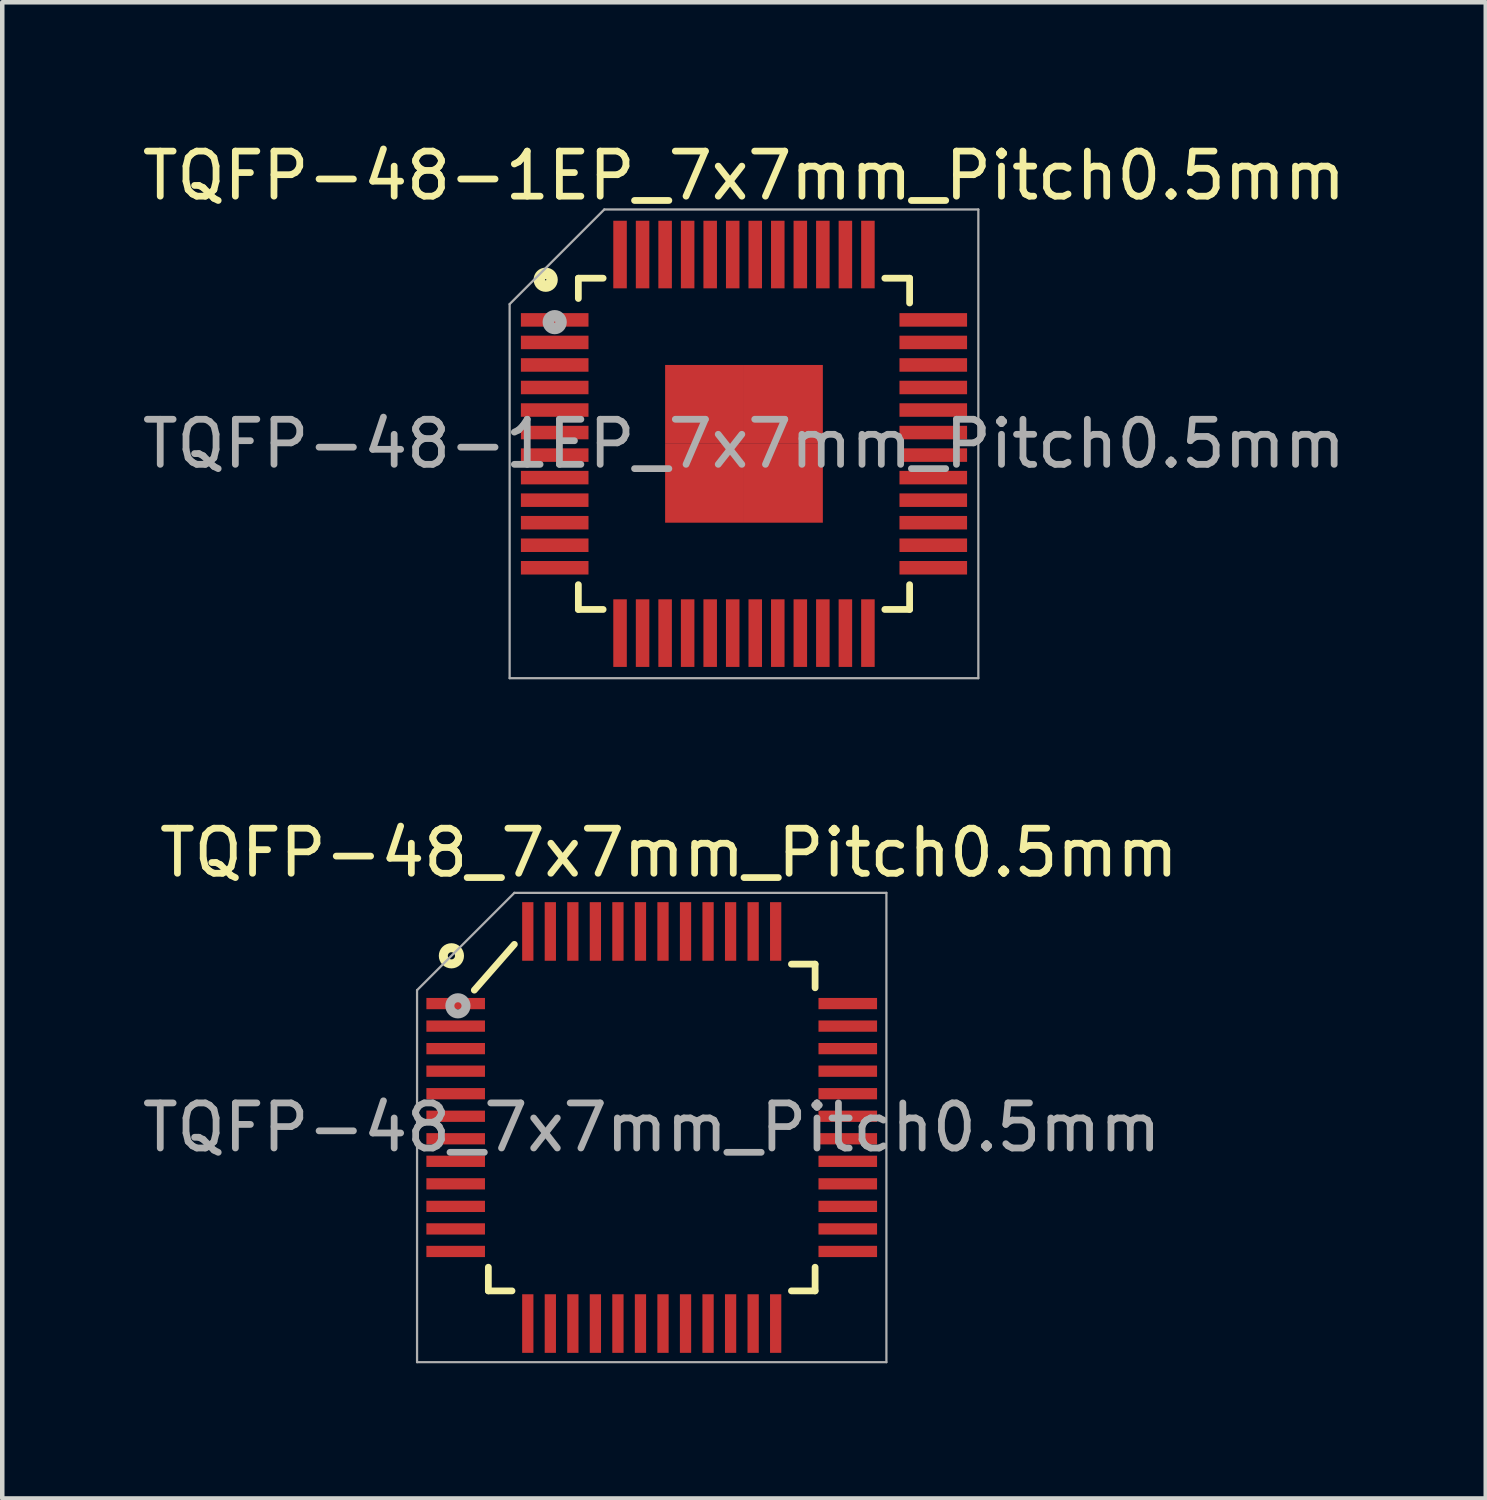
<source format=kicad_pcb>
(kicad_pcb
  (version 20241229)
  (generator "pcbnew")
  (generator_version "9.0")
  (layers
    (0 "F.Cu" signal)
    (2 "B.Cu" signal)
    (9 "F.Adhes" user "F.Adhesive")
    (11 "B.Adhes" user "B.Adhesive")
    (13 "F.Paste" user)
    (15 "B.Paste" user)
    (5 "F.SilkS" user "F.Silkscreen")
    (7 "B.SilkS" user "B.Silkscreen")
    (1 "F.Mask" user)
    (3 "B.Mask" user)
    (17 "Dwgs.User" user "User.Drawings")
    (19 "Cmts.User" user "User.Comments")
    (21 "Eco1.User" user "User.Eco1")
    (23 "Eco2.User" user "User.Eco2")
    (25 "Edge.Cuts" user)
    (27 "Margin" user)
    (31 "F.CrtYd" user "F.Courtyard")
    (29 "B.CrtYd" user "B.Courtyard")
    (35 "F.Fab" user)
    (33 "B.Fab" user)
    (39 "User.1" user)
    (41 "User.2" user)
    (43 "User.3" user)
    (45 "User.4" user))
  (footprint "TQFP-48-1EP_7x7mm_Pitch0.5mm"
    (layer "F.Cu")
    (at 13.458 6.798)
    (property "Reference" "TQFP-48-1EP_7x7mm_Pitch0.5mm" (at 0 -5.95 0) (layer "F.SilkS") (effects (font (size 1 1) (thickness 0.15))))
    (attr smd)
    (fp_line (start -3.675 -3.675) (end -3.675 -3.225) (stroke (width 0.15) (type solid)) (layer "F.SilkS"))
    (fp_line (start -3.675 -3.675) (end -3.125 -3.675) (stroke (width 0.15) (type solid)) (layer "F.SilkS"))
    (fp_line (start -3.675 3.675) (end -3.675 3.125) (stroke (width 0.15) (type solid)) (layer "F.SilkS"))
    (fp_line (start -3.675 3.675) (end -3.125 3.675) (stroke (width 0.15) (type solid)) (layer "F.SilkS"))
    (fp_line (start 3.675 -3.675) (end 3.125 -3.675) (stroke (width 0.15) (type solid)) (layer "F.SilkS"))
    (fp_line (start 3.675 -3.675) (end 3.675 -3.125) (stroke (width 0.15) (type solid)) (layer "F.SilkS"))
    (fp_line (start 3.675 3.675) (end 3.125 3.675) (stroke (width 0.15) (type solid)) (layer "F.SilkS"))
    (fp_line (start 3.675 3.675) (end 3.675 3.125) (stroke (width 0.15) (type solid)) (layer "F.SilkS"))
    (fp_circle (center -4.4 -3.641) (end -4.3 -3.541) (stroke (width 0.254) (type solid)) (fill no) (layer "F.SilkS"))
    (fp_line (start -5.2 -3.1) (end -5.2 5.2) (stroke (width 0.05) (type solid)) (layer "F.Fab"))
    (fp_line (start -5.2 5.2) (end 5.2 5.2) (stroke (width 0.05) (type solid)) (layer "F.Fab"))
    (fp_line (start -3.1 -5.2) (end -5.2 -3.1) (stroke (width 0.05) (type solid)) (layer "F.Fab"))
    (fp_line (start -3.1 -5.2) (end 5.2 -5.2) (stroke (width 0.05) (type solid)) (layer "F.Fab"))
    (fp_line (start 5.2 -5.2) (end 5.2 5.2) (stroke (width 0.05) (type solid)) (layer "F.Fab"))
    (fp_circle (center -4.2 -2.7) (end -4.1 -2.6) (stroke (width 0.254) (type solid)) (fill no) (layer "F.Fab"))
    (fp_text user "${REFERENCE}" (at 0 0 0) (layer "F.Fab") (effects (font (size 1 1) (thickness 0.15))))
    (pad "1" smd rect (at -4.2 -2.75) (size 1.5 0.3) (layers "F.Cu" "F.Mask" "F.Paste"))
    (pad "2" smd rect (at -4.2 -2.25) (size 1.5 0.3) (layers "F.Cu" "F.Mask" "F.Paste"))
    (pad "3" smd rect (at -4.2 -1.75) (size 1.5 0.3) (layers "F.Cu" "F.Mask" "F.Paste"))
    (pad "4" smd rect (at -4.2 -1.25) (size 1.5 0.3) (layers "F.Cu" "F.Mask" "F.Paste"))
    (pad "5" smd rect (at -4.2 -0.75) (size 1.5 0.3) (layers "F.Cu" "F.Mask" "F.Paste"))
    (pad "6" smd rect (at -4.2 -0.25) (size 1.5 0.3) (layers "F.Cu" "F.Mask" "F.Paste"))
    (pad "7" smd rect (at -4.2 0.25) (size 1.5 0.3) (layers "F.Cu" "F.Mask" "F.Paste"))
    (pad "8" smd rect (at -4.2 0.75) (size 1.5 0.3) (layers "F.Cu" "F.Mask" "F.Paste"))
    (pad "9" smd rect (at -4.2 1.25) (size 1.5 0.3) (layers "F.Cu" "F.Mask" "F.Paste"))
    (pad "10" smd rect (at -4.2 1.75) (size 1.5 0.3) (layers "F.Cu" "F.Mask" "F.Paste"))
    (pad "11" smd rect (at -4.2 2.25) (size 1.5 0.3) (layers "F.Cu" "F.Mask" "F.Paste"))
    (pad "12" smd rect (at -4.2 2.75) (size 1.5 0.3) (layers "F.Cu" "F.Mask" "F.Paste"))
    (pad "13" smd rect (at -2.75 4.2 90) (size 1.5 0.3) (layers "F.Cu" "F.Mask" "F.Paste"))
    (pad "14" smd rect (at -2.25 4.2 90) (size 1.5 0.3) (layers "F.Cu" "F.Mask" "F.Paste"))
    (pad "15" smd rect (at -1.75 4.2 90) (size 1.5 0.3) (layers "F.Cu" "F.Mask" "F.Paste"))
    (pad "16" smd rect (at -1.25 4.2 90) (size 1.5 0.3) (layers "F.Cu" "F.Mask" "F.Paste"))
    (pad "17" smd rect (at -0.75 4.2 90) (size 1.5 0.3) (layers "F.Cu" "F.Mask" "F.Paste"))
    (pad "18" smd rect (at -0.25 4.2 90) (size 1.5 0.3) (layers "F.Cu" "F.Mask" "F.Paste"))
    (pad "19" smd rect (at 0.25 4.2 90) (size 1.5 0.3) (layers "F.Cu" "F.Mask" "F.Paste"))
    (pad "20" smd rect (at 0.75 4.2 90) (size 1.5 0.3) (layers "F.Cu" "F.Mask" "F.Paste"))
    (pad "21" smd rect (at 1.25 4.2 90) (size 1.5 0.3) (layers "F.Cu" "F.Mask" "F.Paste"))
    (pad "22" smd rect (at 1.75 4.2 90) (size 1.5 0.3) (layers "F.Cu" "F.Mask" "F.Paste"))
    (pad "23" smd rect (at 2.25 4.2 90) (size 1.5 0.3) (layers "F.Cu" "F.Mask" "F.Paste"))
    (pad "24" smd rect (at 2.75 4.2 90) (size 1.5 0.3) (layers "F.Cu" "F.Mask" "F.Paste"))
    (pad "25" smd rect (at 4.2 2.75) (size 1.5 0.3) (layers "F.Cu" "F.Mask" "F.Paste"))
    (pad "26" smd rect (at 4.2 2.25) (size 1.5 0.3) (layers "F.Cu" "F.Mask" "F.Paste"))
    (pad "27" smd rect (at 4.2 1.75) (size 1.5 0.3) (layers "F.Cu" "F.Mask" "F.Paste"))
    (pad "28" smd rect (at 4.2 1.25) (size 1.5 0.3) (layers "F.Cu" "F.Mask" "F.Paste"))
    (pad "29" smd rect (at 4.2 0.75) (size 1.5 0.3) (layers "F.Cu" "F.Mask" "F.Paste"))
    (pad "30" smd rect (at 4.2 0.25) (size 1.5 0.3) (layers "F.Cu" "F.Mask" "F.Paste"))
    (pad "31" smd rect (at 4.2 -0.25) (size 1.5 0.3) (layers "F.Cu" "F.Mask" "F.Paste"))
    (pad "32" smd rect (at 4.2 -0.75) (size 1.5 0.3) (layers "F.Cu" "F.Mask" "F.Paste"))
    (pad "33" smd rect (at 4.2 -1.25) (size 1.5 0.3) (layers "F.Cu" "F.Mask" "F.Paste"))
    (pad "34" smd rect (at 4.2 -1.75) (size 1.5 0.3) (layers "F.Cu" "F.Mask" "F.Paste"))
    (pad "35" smd rect (at 4.2 -2.25) (size 1.5 0.3) (layers "F.Cu" "F.Mask" "F.Paste"))
    (pad "36" smd rect (at 4.2 -2.75) (size 1.5 0.3) (layers "F.Cu" "F.Mask" "F.Paste"))
    (pad "37" smd rect (at 2.75 -4.2 90) (size 1.5 0.3) (layers "F.Cu" "F.Mask" "F.Paste"))
    (pad "38" smd rect (at 2.25 -4.2 90) (size 1.5 0.3) (layers "F.Cu" "F.Mask" "F.Paste"))
    (pad "39" smd rect (at 1.75 -4.2 90) (size 1.5 0.3) (layers "F.Cu" "F.Mask" "F.Paste"))
    (pad "40" smd rect (at 1.25 -4.2 90) (size 1.5 0.3) (layers "F.Cu" "F.Mask" "F.Paste"))
    (pad "41" smd rect (at 0.75 -4.2 90) (size 1.5 0.3) (layers "F.Cu" "F.Mask" "F.Paste"))
    (pad "42" smd rect (at 0.25 -4.2 90) (size 1.5 0.3) (layers "F.Cu" "F.Mask" "F.Paste"))
    (pad "43" smd rect (at -0.25 -4.2 90) (size 1.5 0.3) (layers "F.Cu" "F.Mask" "F.Paste"))
    (pad "44" smd rect (at -0.75 -4.2 90) (size 1.5 0.3) (layers "F.Cu" "F.Mask" "F.Paste"))
    (pad "45" smd rect (at -1.25 -4.2 90) (size 1.5 0.3) (layers "F.Cu" "F.Mask" "F.Paste"))
    (pad "46" smd rect (at -1.75 -4.2 90) (size 1.5 0.3) (layers "F.Cu" "F.Mask" "F.Paste"))
    (pad "47" smd rect (at -2.25 -4.2 90) (size 1.5 0.3) (layers "F.Cu" "F.Mask" "F.Paste"))
    (pad "48" smd rect (at -2.75 -4.2 90) (size 1.5 0.3) (layers "F.Cu" "F.Mask" "F.Paste"))
    (pad "49" smd rect (at -0.875 -0.875) (size 1.75 1.75) (layers "F.Cu" "F.Mask" "F.Paste"))
    (pad "49" smd rect (at -0.875 0.875) (size 1.75 1.75) (layers "F.Cu" "F.Mask" "F.Paste"))
    (pad "49" smd rect (at 0.875 -0.875) (size 1.75 1.75) (layers "F.Cu" "F.Mask" "F.Paste"))
    (pad "49" smd rect (at 0.875 0.875) (size 1.75 1.75) (layers "F.Cu" "F.Mask" "F.Paste")))
  (footprint "TQFP-48_7x7mm_Pitch0.5mm"
    (layer "F.Cu")
    (at 11.411 21.968)
    (property "Reference" "TQFP-48_7x7mm_Pitch0.5mm" (at 0 0 0) (layer "F.Fab") (effects (font (size 1 1) (thickness 0.15))))
    (attr smd)
    (fp_line (start -3.937 -3.048) (end -3.048 -4.064) (stroke (width 0.15) (type solid)) (layer "F.SilkS"))
    (fp_line (start -3.625 3.625) (end -3.625 3.1) (stroke (width 0.15) (type solid)) (layer "F.SilkS"))
    (fp_line (start -3.625 3.625) (end -3.1 3.625) (stroke (width 0.15) (type solid)) (layer "F.SilkS"))
    (fp_line (start 3.625 -3.625) (end 3.1 -3.625) (stroke (width 0.15) (type solid)) (layer "F.SilkS"))
    (fp_line (start 3.625 -3.625) (end 3.625 -3.1) (stroke (width 0.15) (type solid)) (layer "F.SilkS"))
    (fp_line (start 3.625 3.625) (end 3.1 3.625) (stroke (width 0.15) (type solid)) (layer "F.SilkS"))
    (fp_line (start 3.625 3.625) (end 3.625 3.1) (stroke (width 0.15) (type solid)) (layer "F.SilkS"))
    (fp_circle (center -4.445 -3.81) (end -4.318 -3.683) (stroke (width 0.2) (type solid)) (fill no) (layer "F.SilkS"))
    (fp_line (start -5.207 -3.048) (end -5.207 5.207) (stroke (width 0.05) (type solid)) (layer "F.Fab"))
    (fp_line (start -3.048 -5.207) (end -5.207 -3.048) (stroke (width 0.05) (type solid)) (layer "F.Fab"))
    (fp_line (start 5.207 -5.207) (end -3.048 -5.207) (stroke (width 0.05) (type solid)) (layer "F.Fab"))
    (fp_line (start 5.207 5.207) (end -5.207 5.207) (stroke (width 0.048) (type solid)) (layer "F.Fab"))
    (fp_line (start 5.207 5.207) (end 5.207 -5.207) (stroke (width 0.05) (type solid)) (layer "F.Fab"))
    (fp_circle (center -4.3 -2.7) (end -4.173 -2.573) (stroke (width 0.2) (type solid)) (fill no) (layer "F.Fab"))
    (fp_text user "${REFERENCE}" (at 0.381 -6.096 0) (layer "F.SilkS") (effects (font (size 1 1) (thickness 0.15))))
    (pad "1" smd rect (at -4.35 -2.75) (size 1.3 0.25) (layers "F.Cu" "F.Mask" "F.Paste"))
    (pad "2" smd rect (at -4.35 -2.25) (size 1.3 0.25) (layers "F.Cu" "F.Mask" "F.Paste"))
    (pad "3" smd rect (at -4.35 -1.75) (size 1.3 0.25) (layers "F.Cu" "F.Mask" "F.Paste"))
    (pad "4" smd rect (at -4.35 -1.25) (size 1.3 0.25) (layers "F.Cu" "F.Mask" "F.Paste"))
    (pad "5" smd rect (at -4.35 -0.75) (size 1.3 0.25) (layers "F.Cu" "F.Mask" "F.Paste"))
    (pad "6" smd rect (at -4.35 -0.25) (size 1.3 0.25) (layers "F.Cu" "F.Mask" "F.Paste"))
    (pad "7" smd rect (at -4.35 0.25) (size 1.3 0.25) (layers "F.Cu" "F.Mask" "F.Paste"))
    (pad "8" smd rect (at -4.35 0.75) (size 1.3 0.25) (layers "F.Cu" "F.Mask" "F.Paste"))
    (pad "9" smd rect (at -4.35 1.25) (size 1.3 0.25) (layers "F.Cu" "F.Mask" "F.Paste"))
    (pad "10" smd rect (at -4.35 1.75) (size 1.3 0.25) (layers "F.Cu" "F.Mask" "F.Paste"))
    (pad "11" smd rect (at -4.35 2.25) (size 1.3 0.25) (layers "F.Cu" "F.Mask" "F.Paste"))
    (pad "12" smd rect (at -4.35 2.75) (size 1.3 0.25) (layers "F.Cu" "F.Mask" "F.Paste"))
    (pad "13" smd rect (at -2.75 4.35 90) (size 1.3 0.25) (layers "F.Cu" "F.Mask" "F.Paste"))
    (pad "14" smd rect (at -2.25 4.35 90) (size 1.3 0.25) (layers "F.Cu" "F.Mask" "F.Paste"))
    (pad "15" smd rect (at -1.75 4.35 90) (size 1.3 0.25) (layers "F.Cu" "F.Mask" "F.Paste"))
    (pad "16" smd rect (at -1.25 4.35 90) (size 1.3 0.25) (layers "F.Cu" "F.Mask" "F.Paste"))
    (pad "17" smd rect (at -0.75 4.35 90) (size 1.3 0.25) (layers "F.Cu" "F.Mask" "F.Paste"))
    (pad "18" smd rect (at -0.25 4.35 90) (size 1.3 0.25) (layers "F.Cu" "F.Mask" "F.Paste"))
    (pad "19" smd rect (at 0.25 4.35 90) (size 1.3 0.25) (layers "F.Cu" "F.Mask" "F.Paste"))
    (pad "20" smd rect (at 0.75 4.35 90) (size 1.3 0.25) (layers "F.Cu" "F.Mask" "F.Paste"))
    (pad "21" smd rect (at 1.25 4.35 90) (size 1.3 0.25) (layers "F.Cu" "F.Mask" "F.Paste"))
    (pad "22" smd rect (at 1.75 4.35 90) (size 1.3 0.25) (layers "F.Cu" "F.Mask" "F.Paste"))
    (pad "23" smd rect (at 2.25 4.35 90) (size 1.3 0.25) (layers "F.Cu" "F.Mask" "F.Paste"))
    (pad "24" smd rect (at 2.75 4.35 90) (size 1.3 0.25) (layers "F.Cu" "F.Mask" "F.Paste"))
    (pad "25" smd rect (at 4.35 2.75) (size 1.3 0.25) (layers "F.Cu" "F.Mask" "F.Paste"))
    (pad "26" smd rect (at 4.35 2.25) (size 1.3 0.25) (layers "F.Cu" "F.Mask" "F.Paste"))
    (pad "27" smd rect (at 4.35 1.75) (size 1.3 0.25) (layers "F.Cu" "F.Mask" "F.Paste"))
    (pad "28" smd rect (at 4.35 1.25) (size 1.3 0.25) (layers "F.Cu" "F.Mask" "F.Paste"))
    (pad "29" smd rect (at 4.35 0.75) (size 1.3 0.25) (layers "F.Cu" "F.Mask" "F.Paste"))
    (pad "30" smd rect (at 4.35 0.25) (size 1.3 0.25) (layers "F.Cu" "F.Mask" "F.Paste"))
    (pad "31" smd rect (at 4.35 -0.25) (size 1.3 0.25) (layers "F.Cu" "F.Mask" "F.Paste"))
    (pad "32" smd rect (at 4.35 -0.75) (size 1.3 0.25) (layers "F.Cu" "F.Mask" "F.Paste"))
    (pad "33" smd rect (at 4.35 -1.25) (size 1.3 0.25) (layers "F.Cu" "F.Mask" "F.Paste"))
    (pad "34" smd rect (at 4.35 -1.75) (size 1.3 0.25) (layers "F.Cu" "F.Mask" "F.Paste"))
    (pad "35" smd rect (at 4.35 -2.25) (size 1.3 0.25) (layers "F.Cu" "F.Mask" "F.Paste"))
    (pad "36" smd rect (at 4.35 -2.75) (size 1.3 0.25) (layers "F.Cu" "F.Mask" "F.Paste"))
    (pad "37" smd rect (at 2.75 -4.35 90) (size 1.3 0.25) (layers "F.Cu" "F.Mask" "F.Paste"))
    (pad "38" smd rect (at 2.25 -4.35 90) (size 1.3 0.25) (layers "F.Cu" "F.Mask" "F.Paste"))
    (pad "39" smd rect (at 1.75 -4.35 90) (size 1.3 0.25) (layers "F.Cu" "F.Mask" "F.Paste"))
    (pad "40" smd rect (at 1.25 -4.35 90) (size 1.3 0.25) (layers "F.Cu" "F.Mask" "F.Paste"))
    (pad "41" smd rect (at 0.75 -4.35 90) (size 1.3 0.25) (layers "F.Cu" "F.Mask" "F.Paste"))
    (pad "42" smd rect (at 0.25 -4.35 90) (size 1.3 0.25) (layers "F.Cu" "F.Mask" "F.Paste"))
    (pad "43" smd rect (at -0.25 -4.35 90) (size 1.3 0.25) (layers "F.Cu" "F.Mask" "F.Paste"))
    (pad "44" smd rect (at -0.75 -4.35 90) (size 1.3 0.25) (layers "F.Cu" "F.Mask" "F.Paste"))
    (pad "45" smd rect (at -1.25 -4.35 90) (size 1.3 0.25) (layers "F.Cu" "F.Mask" "F.Paste"))
    (pad "46" smd rect (at -1.75 -4.35 90) (size 1.3 0.25) (layers "F.Cu" "F.Mask" "F.Paste"))
    (pad "47" smd rect (at -2.25 -4.35 90) (size 1.3 0.25) (layers "F.Cu" "F.Mask" "F.Paste"))
    (pad "48" smd rect (at -2.75 -4.35 90) (size 1.3 0.25) (layers "F.Cu" "F.Mask" "F.Paste")))
  (gr_rect
    (start -3 -3)
    (end 29.917 30.199)
    (stroke (width 0.1) (type default))
    (fill no)
    (layer "Edge.Cuts")))
</source>
